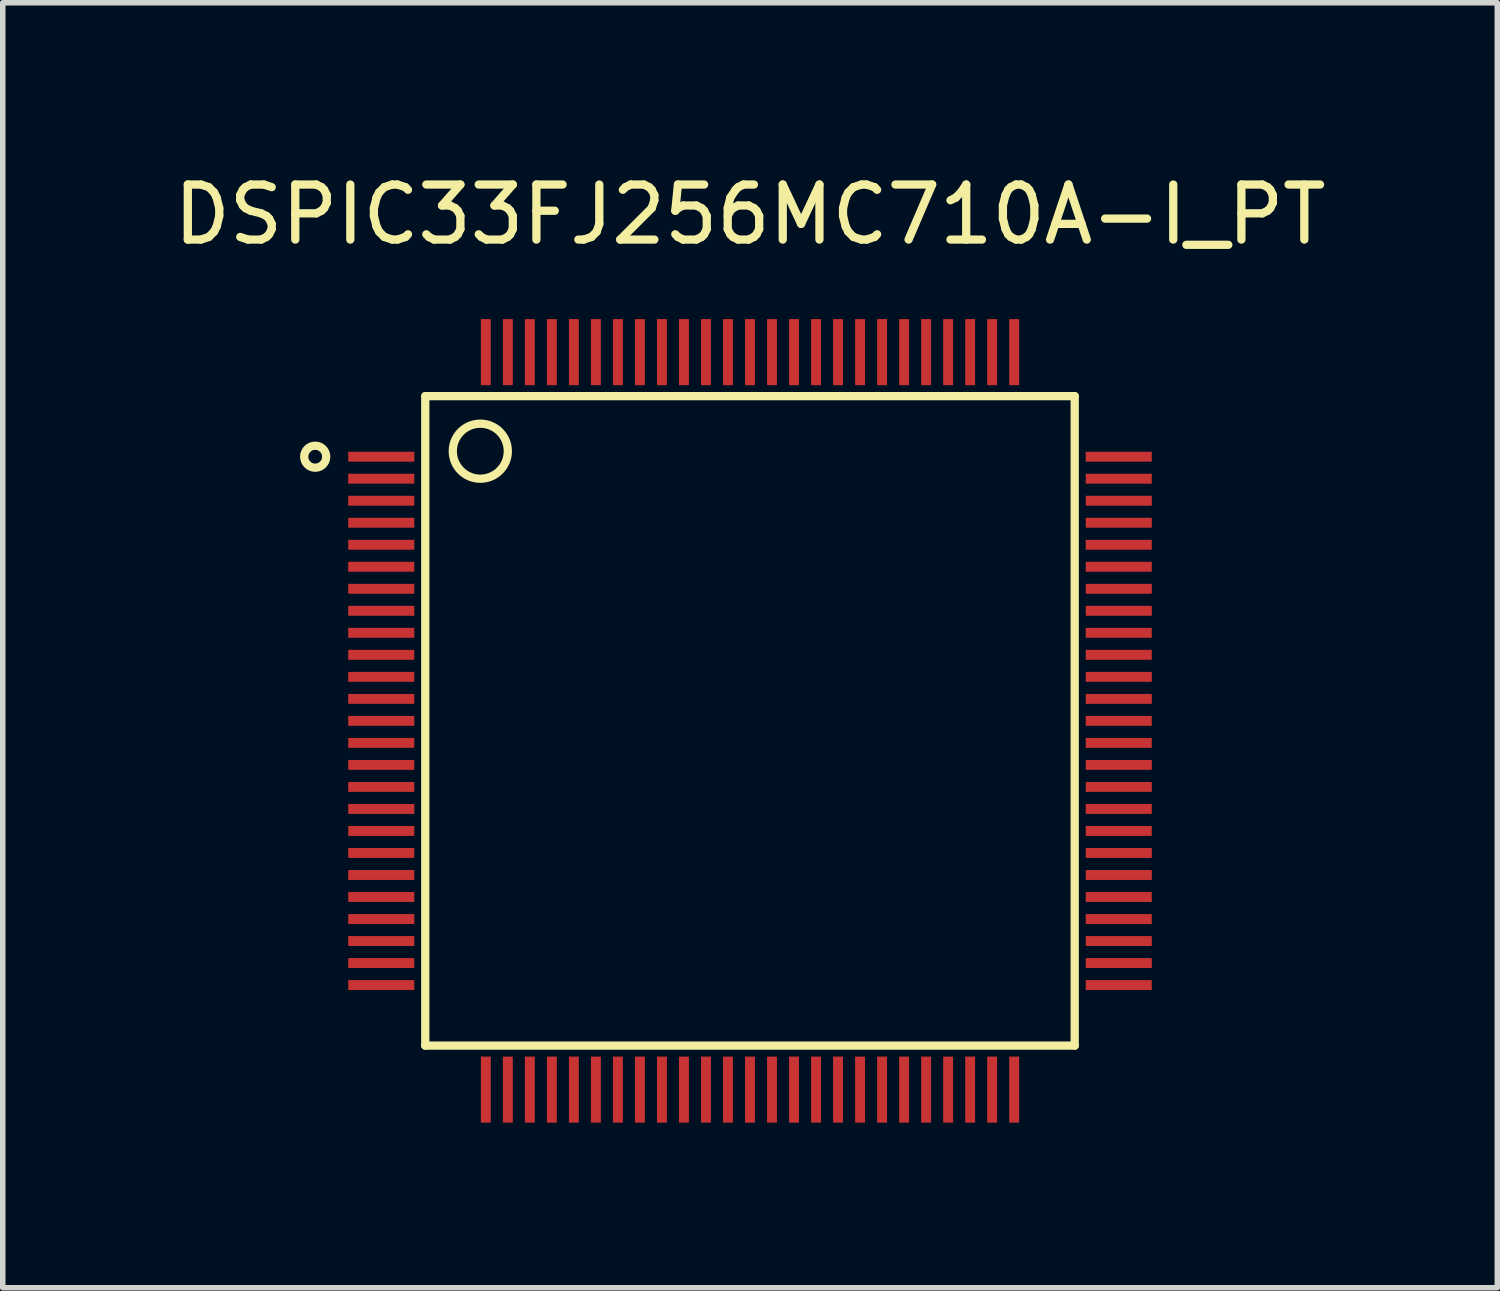
<source format=kicad_pcb>
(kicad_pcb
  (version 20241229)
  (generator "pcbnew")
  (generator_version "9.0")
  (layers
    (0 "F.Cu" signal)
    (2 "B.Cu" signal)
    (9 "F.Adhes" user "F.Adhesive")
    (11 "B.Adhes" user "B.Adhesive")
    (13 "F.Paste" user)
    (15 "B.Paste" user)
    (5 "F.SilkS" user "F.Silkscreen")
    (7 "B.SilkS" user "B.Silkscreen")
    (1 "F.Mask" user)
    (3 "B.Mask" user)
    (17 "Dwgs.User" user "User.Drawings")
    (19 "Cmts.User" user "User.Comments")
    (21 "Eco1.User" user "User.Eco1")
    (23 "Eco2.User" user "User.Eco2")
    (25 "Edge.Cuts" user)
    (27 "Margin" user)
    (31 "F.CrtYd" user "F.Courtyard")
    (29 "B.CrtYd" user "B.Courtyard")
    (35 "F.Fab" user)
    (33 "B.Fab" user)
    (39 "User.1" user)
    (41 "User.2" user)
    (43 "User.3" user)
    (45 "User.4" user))
  (footprint "DSPIC33FJ256MC710A-I_PT"
    (layer "F.Cu")
    (at 3.877 3.348)
    (property "Reference" "DSPIC33FJ256MC710A-I_PT" (at 6.7 -2.5 0) (layer "F.SilkS") (effects (font (size 1 1) (thickness 0.15))))
    (attr through_hole)
    (fp_line (start 0.8 0.8) (end 0.8 12.6) (stroke (width 0.15) (type solid)) (layer "F.SilkS"))
    (fp_line (start 0.8 0.8) (end 12.6 0.8) (stroke (width 0.15) (type solid)) (layer "F.SilkS"))
    (fp_line (start 0.8 12.6) (end 12.6 12.6) (stroke (width 0.15) (type solid)) (layer "F.SilkS"))
    (fp_line (start 12.6 12.6) (end 12.6 0.8) (stroke (width 0.15) (type solid)) (layer "F.SilkS"))
    (fp_circle (center -1.2 1.9) (end -1.2 1.7) (stroke (width 0.15) (type solid)) (fill no) (layer "F.SilkS"))
    (fp_circle (center 1.8 1.8) (end 1.8 1.3) (stroke (width 0.15) (type solid)) (fill no) (layer "F.SilkS"))
    (pad "1" smd rect (at 0 1.9) (size 1.2 0.18) (layers "F.Cu" "F.Mask" "F.Paste"))
    (pad "2" smd rect (at 0 2.3) (size 1.2 0.18) (layers "F.Cu" "F.Mask" "F.Paste"))
    (pad "3" smd rect (at 0 2.7) (size 1.2 0.18) (layers "F.Cu" "F.Mask" "F.Paste"))
    (pad "4" smd rect (at 0 3.1) (size 1.2 0.18) (layers "F.Cu" "F.Mask" "F.Paste"))
    (pad "5" smd rect (at 0 3.5) (size 1.2 0.18) (layers "F.Cu" "F.Mask" "F.Paste"))
    (pad "6" smd rect (at 0 3.9) (size 1.2 0.18) (layers "F.Cu" "F.Mask" "F.Paste"))
    (pad "7" smd rect (at 0 4.3) (size 1.2 0.18) (layers "F.Cu" "F.Mask" "F.Paste"))
    (pad "8" smd rect (at 0 4.7) (size 1.2 0.18) (layers "F.Cu" "F.Mask" "F.Paste"))
    (pad "9" smd rect (at 0 5.1) (size 1.2 0.18) (layers "F.Cu" "F.Mask" "F.Paste"))
    (pad "10" smd rect (at 0 5.5) (size 1.2 0.18) (layers "F.Cu" "F.Mask" "F.Paste"))
    (pad "11" smd rect (at 0 5.9) (size 1.2 0.18) (layers "F.Cu" "F.Mask" "F.Paste"))
    (pad "12" smd rect (at 0 6.3) (size 1.2 0.18) (layers "F.Cu" "F.Mask" "F.Paste"))
    (pad "13" smd rect (at 0 6.7) (size 1.2 0.18) (layers "F.Cu" "F.Mask" "F.Paste"))
    (pad "14" smd rect (at 0 7.1) (size 1.2 0.18) (layers "F.Cu" "F.Mask" "F.Paste"))
    (pad "15" smd rect (at 0 7.5) (size 1.2 0.18) (layers "F.Cu" "F.Mask" "F.Paste"))
    (pad "16" smd rect (at 0 7.9) (size 1.2 0.18) (layers "F.Cu" "F.Mask" "F.Paste"))
    (pad "17" smd rect (at 0 8.3) (size 1.2 0.18) (layers "F.Cu" "F.Mask" "F.Paste"))
    (pad "18" smd rect (at 0 8.7) (size 1.2 0.18) (layers "F.Cu" "F.Mask" "F.Paste"))
    (pad "19" smd rect (at 0 9.1) (size 1.2 0.18) (layers "F.Cu" "F.Mask" "F.Paste"))
    (pad "20" smd rect (at 0 9.5) (size 1.2 0.18) (layers "F.Cu" "F.Mask" "F.Paste"))
    (pad "21" smd rect (at 0 9.9) (size 1.2 0.18) (layers "F.Cu" "F.Mask" "F.Paste"))
    (pad "22" smd rect (at 0 10.3) (size 1.2 0.18) (layers "F.Cu" "F.Mask" "F.Paste"))
    (pad "23" smd rect (at 0 10.7) (size 1.2 0.18) (layers "F.Cu" "F.Mask" "F.Paste"))
    (pad "24" smd rect (at 0 11.1) (size 1.2 0.18) (layers "F.Cu" "F.Mask" "F.Paste"))
    (pad "25" smd rect (at 0 11.5) (size 1.2 0.18) (layers "F.Cu" "F.Mask" "F.Paste"))
    (pad "26" smd rect (at 1.9 13.4) (size 0.18 1.2) (layers "F.Cu" "F.Mask" "F.Paste"))
    (pad "27" smd rect (at 2.3 13.4) (size 0.18 1.2) (layers "F.Cu" "F.Mask" "F.Paste"))
    (pad "28" smd rect (at 2.7 13.4) (size 0.18 1.2) (layers "F.Cu" "F.Mask" "F.Paste"))
    (pad "29" smd rect (at 3.1 13.4) (size 0.18 1.2) (layers "F.Cu" "F.Mask" "F.Paste"))
    (pad "30" smd rect (at 3.5 13.4) (size 0.18 1.2) (layers "F.Cu" "F.Mask" "F.Paste"))
    (pad "31" smd rect (at 3.9 13.4) (size 0.18 1.2) (layers "F.Cu" "F.Mask" "F.Paste"))
    (pad "32" smd rect (at 4.3 13.4) (size 0.18 1.2) (layers "F.Cu" "F.Mask" "F.Paste"))
    (pad "33" smd rect (at 4.7 13.4) (size 0.18 1.2) (layers "F.Cu" "F.Mask" "F.Paste"))
    (pad "34" smd rect (at 5.1 13.4) (size 0.18 1.2) (layers "F.Cu" "F.Mask" "F.Paste"))
    (pad "35" smd rect (at 5.5 13.4) (size 0.18 1.2) (layers "F.Cu" "F.Mask" "F.Paste"))
    (pad "36" smd rect (at 5.9 13.4) (size 0.18 1.2) (layers "F.Cu" "F.Mask" "F.Paste"))
    (pad "37" smd rect (at 6.3 13.4) (size 0.18 1.2) (layers "F.Cu" "F.Mask" "F.Paste"))
    (pad "38" smd rect (at 6.7 13.4) (size 0.18 1.2) (layers "F.Cu" "F.Mask" "F.Paste"))
    (pad "39" smd rect (at 7.1 13.4) (size 0.18 1.2) (layers "F.Cu" "F.Mask" "F.Paste"))
    (pad "40" smd rect (at 7.5 13.4) (size 0.18 1.2) (layers "F.Cu" "F.Mask" "F.Paste"))
    (pad "41" smd rect (at 7.9 13.4) (size 0.18 1.2) (layers "F.Cu" "F.Mask" "F.Paste"))
    (pad "42" smd rect (at 8.3 13.4) (size 0.18 1.2) (layers "F.Cu" "F.Mask" "F.Paste"))
    (pad "43" smd rect (at 8.7 13.4) (size 0.18 1.2) (layers "F.Cu" "F.Mask" "F.Paste"))
    (pad "44" smd rect (at 9.1 13.4) (size 0.18 1.2) (layers "F.Cu" "F.Mask" "F.Paste"))
    (pad "45" smd rect (at 9.5 13.4) (size 0.18 1.2) (layers "F.Cu" "F.Mask" "F.Paste"))
    (pad "46" smd rect (at 9.9 13.4) (size 0.18 1.2) (layers "F.Cu" "F.Mask" "F.Paste"))
    (pad "47" smd rect (at 10.3 13.4) (size 0.18 1.2) (layers "F.Cu" "F.Mask" "F.Paste"))
    (pad "48" smd rect (at 10.7 13.4) (size 0.18 1.2) (layers "F.Cu" "F.Mask" "F.Paste"))
    (pad "49" smd rect (at 11.1 13.4) (size 0.18 1.2) (layers "F.Cu" "F.Mask" "F.Paste"))
    (pad "50" smd rect (at 11.5 13.4) (size 0.18 1.2) (layers "F.Cu" "F.Mask" "F.Paste"))
    (pad "51" smd rect (at 13.4 11.5) (size 1.2 0.18) (layers "F.Cu" "F.Mask" "F.Paste"))
    (pad "52" smd rect (at 13.4 11.1) (size 1.2 0.18) (layers "F.Cu" "F.Mask" "F.Paste"))
    (pad "53" smd rect (at 13.4 10.7) (size 1.2 0.18) (layers "F.Cu" "F.Mask" "F.Paste"))
    (pad "54" smd rect (at 13.4 10.3) (size 1.2 0.18) (layers "F.Cu" "F.Mask" "F.Paste"))
    (pad "55" smd rect (at 13.4 9.9) (size 1.2 0.18) (layers "F.Cu" "F.Mask" "F.Paste"))
    (pad "56" smd rect (at 13.4 9.5) (size 1.2 0.18) (layers "F.Cu" "F.Mask" "F.Paste"))
    (pad "57" smd rect (at 13.4 9.1) (size 1.2 0.18) (layers "F.Cu" "F.Mask" "F.Paste"))
    (pad "58" smd rect (at 13.4 8.7) (size 1.2 0.18) (layers "F.Cu" "F.Mask" "F.Paste"))
    (pad "59" smd rect (at 13.4 8.3) (size 1.2 0.18) (layers "F.Cu" "F.Mask" "F.Paste"))
    (pad "60" smd rect (at 13.4 7.9) (size 1.2 0.18) (layers "F.Cu" "F.Mask" "F.Paste"))
    (pad "61" smd rect (at 13.4 7.5) (size 1.2 0.18) (layers "F.Cu" "F.Mask" "F.Paste"))
    (pad "62" smd rect (at 13.4 7.1) (size 1.2 0.18) (layers "F.Cu" "F.Mask" "F.Paste"))
    (pad "63" smd rect (at 13.4 6.7) (size 1.2 0.18) (layers "F.Cu" "F.Mask" "F.Paste"))
    (pad "64" smd rect (at 13.4 6.3) (size 1.2 0.18) (layers "F.Cu" "F.Mask" "F.Paste"))
    (pad "65" smd rect (at 13.4 5.9) (size 1.2 0.18) (layers "F.Cu" "F.Mask" "F.Paste"))
    (pad "66" smd rect (at 13.4 5.5) (size 1.2 0.18) (layers "F.Cu" "F.Mask" "F.Paste"))
    (pad "67" smd rect (at 13.4 5.1) (size 1.2 0.18) (layers "F.Cu" "F.Mask" "F.Paste"))
    (pad "68" smd rect (at 13.4 4.7) (size 1.2 0.18) (layers "F.Cu" "F.Mask" "F.Paste"))
    (pad "69" smd rect (at 13.4 4.3) (size 1.2 0.18) (layers "F.Cu" "F.Mask" "F.Paste"))
    (pad "70" smd rect (at 13.4 3.9) (size 1.2 0.18) (layers "F.Cu" "F.Mask" "F.Paste"))
    (pad "71" smd rect (at 13.4 3.5) (size 1.2 0.18) (layers "F.Cu" "F.Mask" "F.Paste"))
    (pad "72" smd rect (at 13.4 3.1) (size 1.2 0.18) (layers "F.Cu" "F.Mask" "F.Paste"))
    (pad "73" smd rect (at 13.4 2.7) (size 1.2 0.18) (layers "F.Cu" "F.Mask" "F.Paste"))
    (pad "74" smd rect (at 13.4 2.3) (size 1.2 0.18) (layers "F.Cu" "F.Mask" "F.Paste"))
    (pad "75" smd rect (at 13.4 1.9) (size 1.2 0.18) (layers "F.Cu" "F.Mask" "F.Paste"))
    (pad "76" smd rect (at 11.5 0) (size 0.18 1.2) (layers "F.Cu" "F.Mask" "F.Paste"))
    (pad "77" smd rect (at 11.1 0) (size 0.18 1.2) (layers "F.Cu" "F.Mask" "F.Paste"))
    (pad "78" smd rect (at 10.7 0) (size 0.18 1.2) (layers "F.Cu" "F.Mask" "F.Paste"))
    (pad "79" smd rect (at 10.3 0) (size 0.18 1.2) (layers "F.Cu" "F.Mask" "F.Paste"))
    (pad "80" smd rect (at 9.9 0) (size 0.18 1.2) (layers "F.Cu" "F.Mask" "F.Paste"))
    (pad "81" smd rect (at 9.5 0) (size 0.18 1.2) (layers "F.Cu" "F.Mask" "F.Paste"))
    (pad "82" smd rect (at 9.1 0) (size 0.18 1.2) (layers "F.Cu" "F.Mask" "F.Paste"))
    (pad "83" smd rect (at 8.7 0) (size 0.18 1.2) (layers "F.Cu" "F.Mask" "F.Paste"))
    (pad "84" smd rect (at 8.3 0) (size 0.18 1.2) (layers "F.Cu" "F.Mask" "F.Paste"))
    (pad "85" smd rect (at 7.9 0) (size 0.18 1.2) (layers "F.Cu" "F.Mask" "F.Paste"))
    (pad "86" smd rect (at 7.5 0) (size 0.18 1.2) (layers "F.Cu" "F.Mask" "F.Paste"))
    (pad "87" smd rect (at 7.1 0) (size 0.18 1.2) (layers "F.Cu" "F.Mask" "F.Paste"))
    (pad "88" smd rect (at 6.7 0) (size 0.18 1.2) (layers "F.Cu" "F.Mask" "F.Paste"))
    (pad "89" smd rect (at 6.3 0) (size 0.18 1.2) (layers "F.Cu" "F.Mask" "F.Paste"))
    (pad "90" smd rect (at 5.9 0) (size 0.18 1.2) (layers "F.Cu" "F.Mask" "F.Paste"))
    (pad "91" smd rect (at 5.5 0) (size 0.18 1.2) (layers "F.Cu" "F.Mask" "F.Paste"))
    (pad "92" smd rect (at 5.1 0) (size 0.18 1.2) (layers "F.Cu" "F.Mask" "F.Paste"))
    (pad "93" smd rect (at 4.7 0) (size 0.18 1.2) (layers "F.Cu" "F.Mask" "F.Paste"))
    (pad "94" smd rect (at 4.3 0) (size 0.18 1.2) (layers "F.Cu" "F.Mask" "F.Paste"))
    (pad "95" smd rect (at 3.9 0) (size 0.18 1.2) (layers "F.Cu" "F.Mask" "F.Paste"))
    (pad "96" smd rect (at 3.5 0) (size 0.18 1.2) (layers "F.Cu" "F.Mask" "F.Paste"))
    (pad "97" smd rect (at 3.1 0) (size 0.18 1.2) (layers "F.Cu" "F.Mask" "F.Paste"))
    (pad "98" smd rect (at 2.7 0) (size 0.18 1.2) (layers "F.Cu" "F.Mask" "F.Paste"))
    (pad "99" smd rect (at 2.3 0) (size 0.18 1.2) (layers "F.Cu" "F.Mask" "F.Paste"))
    (pad "100" smd rect (at 1.9 0) (size 0.18 1.2) (layers "F.Cu" "F.Mask" "F.Paste")))
  (gr_rect
    (start -3 -3)
    (end 24.155 20.348)
    (stroke (width 0.1) (type default))
    (fill no)
    (layer "Edge.Cuts")))
</source>
